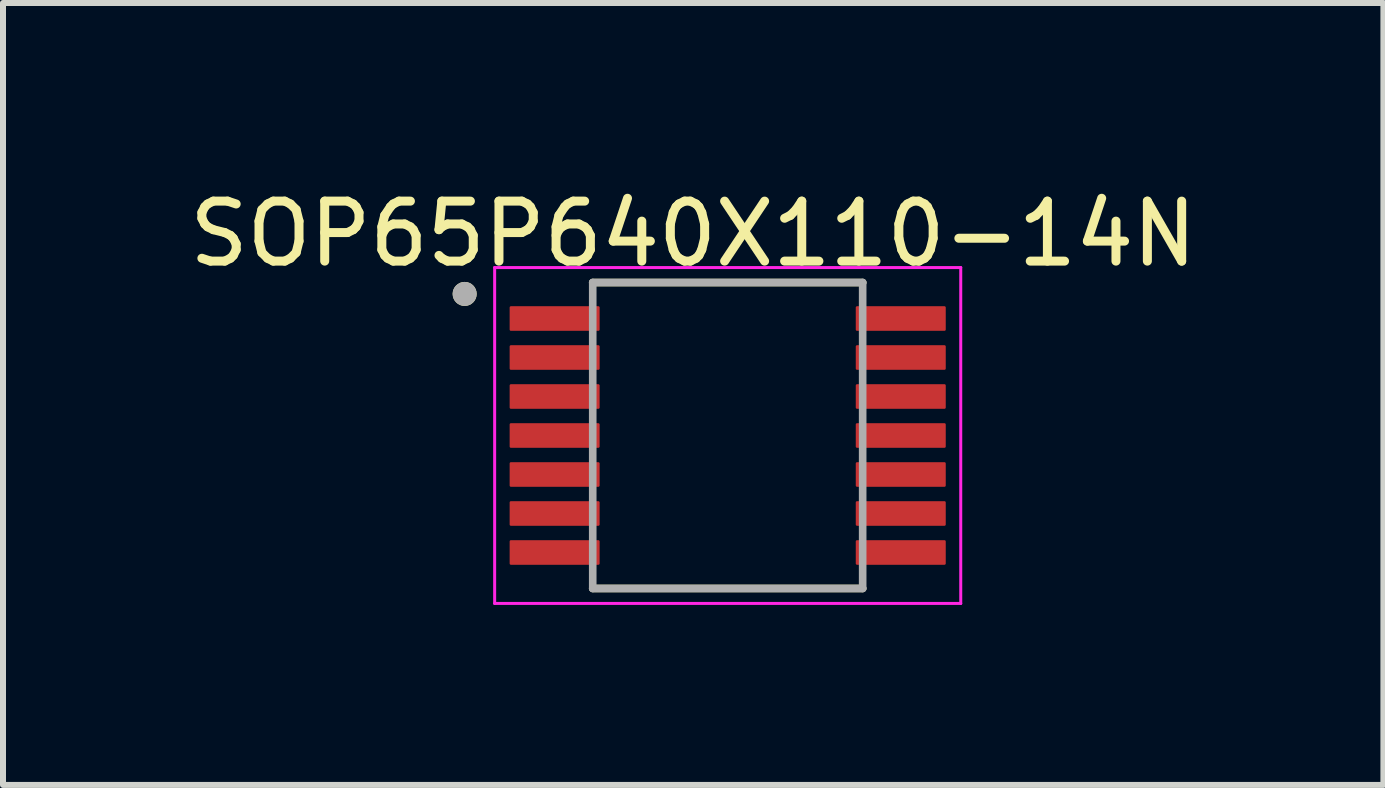
<source format=kicad_pcb>
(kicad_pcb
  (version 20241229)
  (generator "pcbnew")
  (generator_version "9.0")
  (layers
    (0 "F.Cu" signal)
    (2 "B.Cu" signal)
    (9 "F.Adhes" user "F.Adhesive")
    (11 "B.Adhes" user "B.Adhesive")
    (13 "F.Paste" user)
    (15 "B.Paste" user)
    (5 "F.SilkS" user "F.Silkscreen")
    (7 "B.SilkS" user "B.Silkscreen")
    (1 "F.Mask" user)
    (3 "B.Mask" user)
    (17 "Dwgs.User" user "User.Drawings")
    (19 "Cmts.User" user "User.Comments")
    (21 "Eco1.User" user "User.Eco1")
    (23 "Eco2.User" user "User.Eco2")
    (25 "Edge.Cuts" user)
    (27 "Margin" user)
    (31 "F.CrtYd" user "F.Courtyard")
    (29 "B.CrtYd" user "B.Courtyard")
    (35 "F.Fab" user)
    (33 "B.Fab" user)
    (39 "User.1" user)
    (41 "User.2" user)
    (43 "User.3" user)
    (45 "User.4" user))
  (footprint "SOP65P640X110-14N"
    (layer "F.Cu")
    (at 9.081 4.21)
    (property "Reference" "SOP65P640X110-14N" (at -0.575 -3.362 0) (layer "F.SilkS") (effects (font (size 1 1) (thickness 0.15))))
    (attr through_hole)
    (fp_line (start -2.25 -2.55) (end 2.25 -2.55) (stroke (width 0.127) (type solid)) (layer "F.SilkS"))
    (fp_line (start -2.25 2.55) (end 2.25 2.55) (stroke (width 0.127) (type solid)) (layer "F.SilkS"))
    (fp_circle (center -4.385 -2.36) (end -4.285 -2.36) (stroke (width 0.2) (type solid)) (fill no) (layer "F.SilkS"))
    (fp_line (start -3.885 -2.8) (end -3.885 2.8) (stroke (width 0.05) (type solid)) (layer "F.CrtYd"))
    (fp_line (start -3.885 -2.8) (end 3.885 -2.8) (stroke (width 0.05) (type solid)) (layer "F.CrtYd"))
    (fp_line (start -3.885 2.8) (end 3.885 2.8) (stroke (width 0.05) (type solid)) (layer "F.CrtYd"))
    (fp_line (start 3.885 -2.8) (end 3.885 2.8) (stroke (width 0.05) (type solid)) (layer "F.CrtYd"))
    (fp_line (start -2.25 -2.55) (end -2.25 2.55) (stroke (width 0.127) (type solid)) (layer "F.Fab"))
    (fp_line (start -2.25 -2.55) (end 2.25 -2.55) (stroke (width 0.127) (type solid)) (layer "F.Fab"))
    (fp_line (start -2.25 2.55) (end 2.25 2.55) (stroke (width 0.127) (type solid)) (layer "F.Fab"))
    (fp_line (start 2.25 -2.55) (end 2.25 2.55) (stroke (width 0.127) (type solid)) (layer "F.Fab"))
    (fp_circle (center -4.385 -2.36) (end -4.285 -2.36) (stroke (width 0.2) (type solid)) (fill no) (layer "F.Fab"))
    (pad "1" smd roundrect (at -2.885 -1.95) (size 1.5 0.41) (layers "F.Cu" "F.Mask" "F.Paste") (roundrect_rratio 0.05))
    (pad "2" smd roundrect (at -2.885 -1.3) (size 1.5 0.41) (layers "F.Cu" "F.Mask" "F.Paste") (roundrect_rratio 0.05))
    (pad "3" smd roundrect (at -2.885 -0.65) (size 1.5 0.41) (layers "F.Cu" "F.Mask" "F.Paste") (roundrect_rratio 0.05))
    (pad "4" smd roundrect (at -2.885 0) (size 1.5 0.41) (layers "F.Cu" "F.Mask" "F.Paste") (roundrect_rratio 0.05))
    (pad "5" smd roundrect (at -2.885 0.65) (size 1.5 0.41) (layers "F.Cu" "F.Mask" "F.Paste") (roundrect_rratio 0.05))
    (pad "6" smd roundrect (at -2.885 1.3) (size 1.5 0.41) (layers "F.Cu" "F.Mask" "F.Paste") (roundrect_rratio 0.05))
    (pad "7" smd roundrect (at -2.885 1.95) (size 1.5 0.41) (layers "F.Cu" "F.Mask" "F.Paste") (roundrect_rratio 0.05))
    (pad "8" smd roundrect (at 2.885 1.95) (size 1.5 0.41) (layers "F.Cu" "F.Mask" "F.Paste") (roundrect_rratio 0.05))
    (pad "9" smd roundrect (at 2.885 1.3) (size 1.5 0.41) (layers "F.Cu" "F.Mask" "F.Paste") (roundrect_rratio 0.05))
    (pad "10" smd roundrect (at 2.885 0.65) (size 1.5 0.41) (layers "F.Cu" "F.Mask" "F.Paste") (roundrect_rratio 0.05))
    (pad "11" smd roundrect (at 2.885 0) (size 1.5 0.41) (layers "F.Cu" "F.Mask" "F.Paste") (roundrect_rratio 0.05))
    (pad "12" smd roundrect (at 2.885 -0.65) (size 1.5 0.41) (layers "F.Cu" "F.Mask" "F.Paste") (roundrect_rratio 0.05))
    (pad "13" smd roundrect (at 2.885 -1.3) (size 1.5 0.41) (layers "F.Cu" "F.Mask" "F.Paste") (roundrect_rratio 0.05))
    (pad "14" smd roundrect (at 2.885 -1.95) (size 1.5 0.41) (layers "F.Cu" "F.Mask" "F.Paste") (roundrect_rratio 0.05)))
  (gr_rect
    (start -3 -3)
    (end 20.012 10.035)
    (stroke (width 0.1) (type default))
    (fill no)
    (layer "Edge.Cuts")))
</source>
